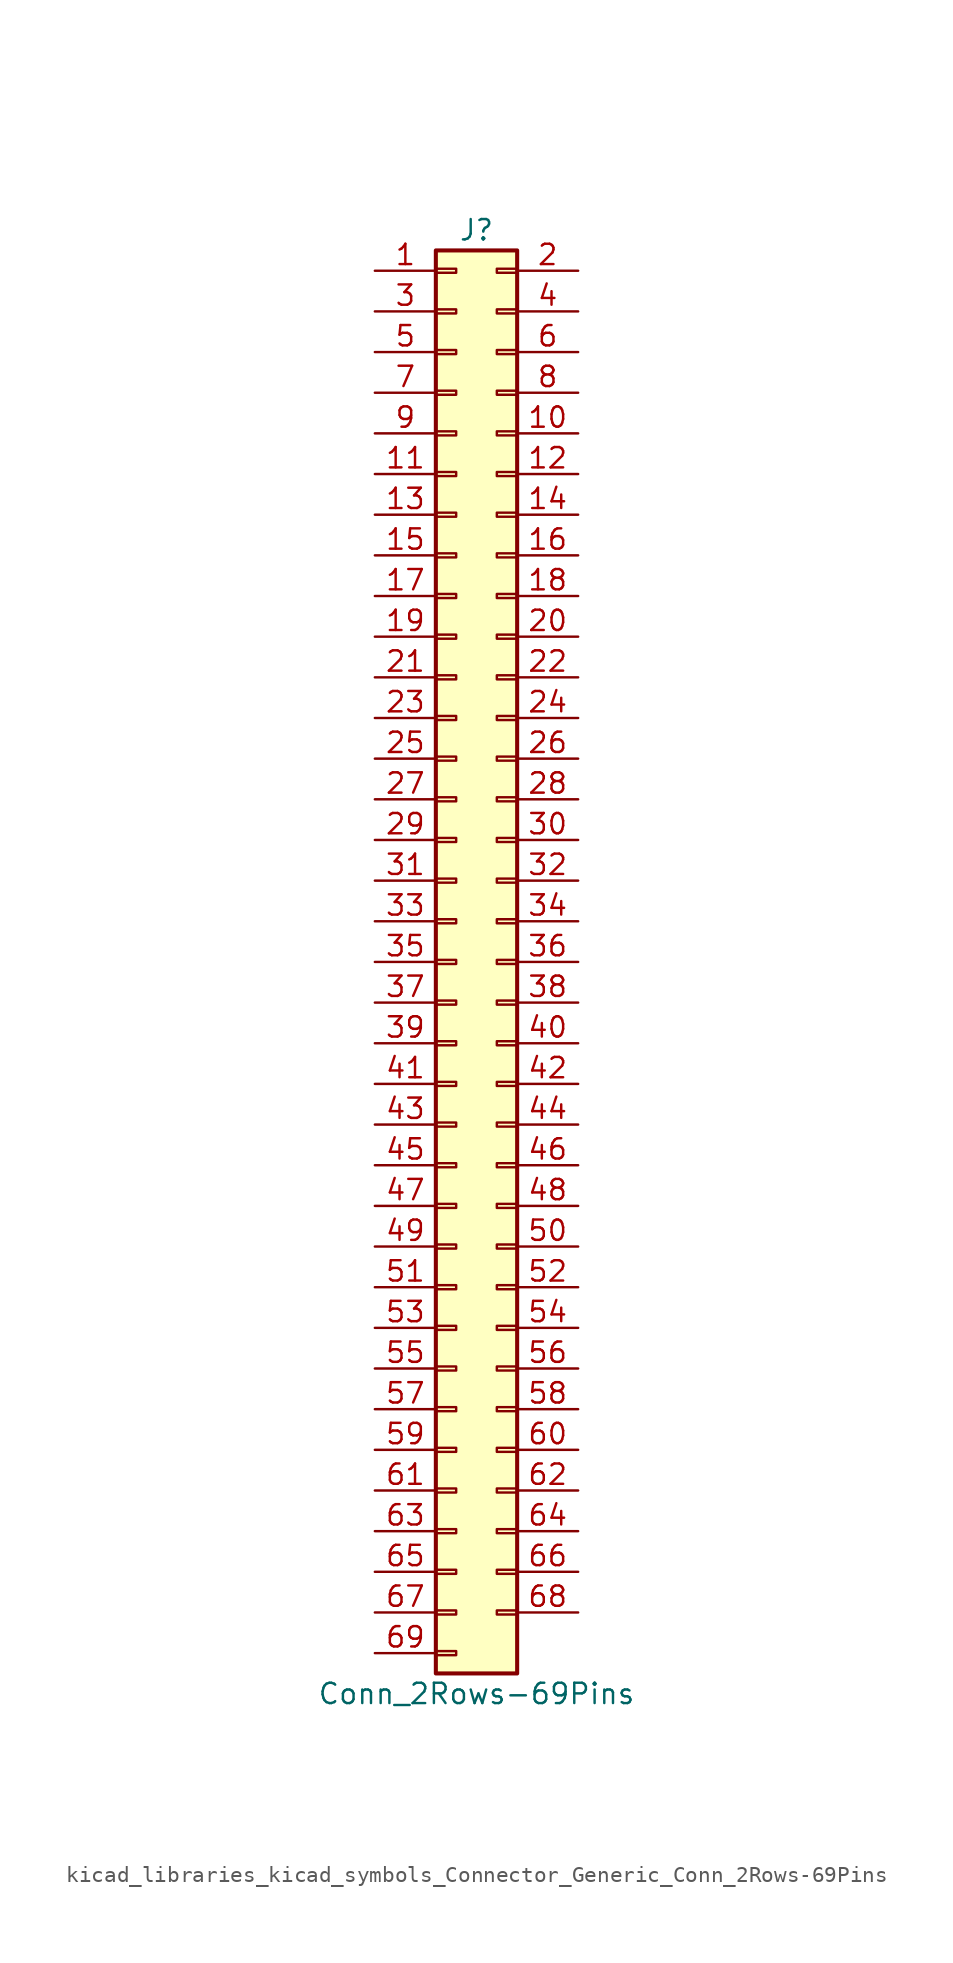
<source format=kicad_sym>
(kicad_symbol_lib
  (version 20220914)
  (generator kicad_symbol_editor)
  (symbol "kicad_libraries_kicad_symbols_Connector_Generic_Conn_2Rows-69Pins"
    (pin_names
      (offset 1.016) hide)
    (property "Reference" "J"
      (at 1.27 45.72 0)
      (effects (font (size 1.27 1.27))))
    (property "Value" "Conn_2Rows-69Pins"
      (at 1.27 -45.72 0)
      (effects (font (size 1.27 1.27))))
    (symbol "kicad_libraries_kicad_symbols_Connector_Generic_Conn_2Rows-69Pins_1_1"
      (rectangle (start -1.27 -43.053) (end 0 -43.307) (stroke (width 0.152) (type default)) (fill (type none)))
      (rectangle (start -1.27 -40.513) (end 0 -40.767) (stroke (width 0.152) (type default)) (fill (type none)))
      (rectangle (start -1.27 -37.973) (end 0 -38.227) (stroke (width 0.152) (type default)) (fill (type none)))
      (rectangle (start -1.27 -35.433) (end 0 -35.687) (stroke (width 0.152) (type default)) (fill (type none)))
      (rectangle (start -1.27 -32.893) (end 0 -33.147) (stroke (width 0.152) (type default)) (fill (type none)))
      (rectangle (start -1.27 -30.353) (end 0 -30.607) (stroke (width 0.152) (type default)) (fill (type none)))
      (rectangle (start -1.27 -27.813) (end 0 -28.067) (stroke (width 0.152) (type default)) (fill (type none)))
      (rectangle (start -1.27 -25.273) (end 0 -25.527) (stroke (width 0.152) (type default)) (fill (type none)))
      (rectangle (start -1.27 -22.733) (end 0 -22.987) (stroke (width 0.152) (type default)) (fill (type none)))
      (rectangle (start -1.27 -20.193) (end 0 -20.447) (stroke (width 0.152) (type default)) (fill (type none)))
      (rectangle (start -1.27 -17.653) (end 0 -17.907) (stroke (width 0.152) (type default)) (fill (type none)))
      (rectangle (start -1.27 -15.113) (end 0 -15.367) (stroke (width 0.152) (type default)) (fill (type none)))
      (rectangle (start -1.27 -12.573) (end 0 -12.827) (stroke (width 0.152) (type default)) (fill (type none)))
      (rectangle (start -1.27 -10.033) (end 0 -10.287) (stroke (width 0.152) (type default)) (fill (type none)))
      (rectangle (start -1.27 -7.493) (end 0 -7.747) (stroke (width 0.152) (type default)) (fill (type none)))
      (rectangle (start -1.27 -4.953) (end 0 -5.207) (stroke (width 0.152) (type default)) (fill (type none)))
      (rectangle (start -1.27 -2.413) (end 0 -2.667) (stroke (width 0.152) (type default)) (fill (type none)))
      (rectangle (start -1.27 0.127) (end 0 -0.127) (stroke (width 0.152) (type default)) (fill (type none)))
      (rectangle (start -1.27 2.667) (end 0 2.413) (stroke (width 0.152) (type default)) (fill (type none)))
      (rectangle (start -1.27 5.207) (end 0 4.953) (stroke (width 0.152) (type default)) (fill (type none)))
      (rectangle (start -1.27 7.747) (end 0 7.493) (stroke (width 0.152) (type default)) (fill (type none)))
      (rectangle (start -1.27 10.287) (end 0 10.033) (stroke (width 0.152) (type default)) (fill (type none)))
      (rectangle (start -1.27 12.827) (end 0 12.573) (stroke (width 0.152) (type default)) (fill (type none)))
      (rectangle (start -1.27 15.367) (end 0 15.113) (stroke (width 0.152) (type default)) (fill (type none)))
      (rectangle (start -1.27 17.907) (end 0 17.653) (stroke (width 0.152) (type default)) (fill (type none)))
      (rectangle (start -1.27 20.447) (end 0 20.193) (stroke (width 0.152) (type default)) (fill (type none)))
      (rectangle (start -1.27 22.987) (end 0 22.733) (stroke (width 0.152) (type default)) (fill (type none)))
      (rectangle (start -1.27 25.527) (end 0 25.273) (stroke (width 0.152) (type default)) (fill (type none)))
      (rectangle (start -1.27 28.067) (end 0 27.813) (stroke (width 0.152) (type default)) (fill (type none)))
      (rectangle (start -1.27 30.607) (end 0 30.353) (stroke (width 0.152) (type default)) (fill (type none)))
      (rectangle (start -1.27 33.147) (end 0 32.893) (stroke (width 0.152) (type default)) (fill (type none)))
      (rectangle (start -1.27 35.687) (end 0 35.433) (stroke (width 0.152) (type default)) (fill (type none)))
      (rectangle (start -1.27 38.227) (end 0 37.973) (stroke (width 0.152) (type default)) (fill (type none)))
      (rectangle (start -1.27 40.767) (end 0 40.513) (stroke (width 0.152) (type default)) (fill (type none)))
      (rectangle (start -1.27 43.307) (end 0 43.053) (stroke (width 0.152) (type default)) (fill (type none)))
      (rectangle (start -1.27 44.45) (end 3.81 -44.45) (stroke (width 0.254) (type default)) (fill (type background)))
      (rectangle (start 3.81 -40.513) (end 2.54 -40.767) (stroke (width 0.152) (type default)) (fill (type none)))
      (rectangle (start 3.81 -37.973) (end 2.54 -38.227) (stroke (width 0.152) (type default)) (fill (type none)))
      (rectangle (start 3.81 -35.433) (end 2.54 -35.687) (stroke (width 0.152) (type default)) (fill (type none)))
      (rectangle (start 3.81 -32.893) (end 2.54 -33.147) (stroke (width 0.152) (type default)) (fill (type none)))
      (rectangle (start 3.81 -30.353) (end 2.54 -30.607) (stroke (width 0.152) (type default)) (fill (type none)))
      (rectangle (start 3.81 -27.813) (end 2.54 -28.067) (stroke (width 0.152) (type default)) (fill (type none)))
      (rectangle (start 3.81 -25.273) (end 2.54 -25.527) (stroke (width 0.152) (type default)) (fill (type none)))
      (rectangle (start 3.81 -22.733) (end 2.54 -22.987) (stroke (width 0.152) (type default)) (fill (type none)))
      (rectangle (start 3.81 -20.193) (end 2.54 -20.447) (stroke (width 0.152) (type default)) (fill (type none)))
      (rectangle (start 3.81 -17.653) (end 2.54 -17.907) (stroke (width 0.152) (type default)) (fill (type none)))
      (rectangle (start 3.81 -15.113) (end 2.54 -15.367) (stroke (width 0.152) (type default)) (fill (type none)))
      (rectangle (start 3.81 -12.573) (end 2.54 -12.827) (stroke (width 0.152) (type default)) (fill (type none)))
      (rectangle (start 3.81 -10.033) (end 2.54 -10.287) (stroke (width 0.152) (type default)) (fill (type none)))
      (rectangle (start 3.81 -7.493) (end 2.54 -7.747) (stroke (width 0.152) (type default)) (fill (type none)))
      (rectangle (start 3.81 -4.953) (end 2.54 -5.207) (stroke (width 0.152) (type default)) (fill (type none)))
      (rectangle (start 3.81 -2.413) (end 2.54 -2.667) (stroke (width 0.152) (type default)) (fill (type none)))
      (rectangle (start 3.81 0.127) (end 2.54 -0.127) (stroke (width 0.152) (type default)) (fill (type none)))
      (rectangle (start 3.81 2.667) (end 2.54 2.413) (stroke (width 0.152) (type default)) (fill (type none)))
      (rectangle (start 3.81 5.207) (end 2.54 4.953) (stroke (width 0.152) (type default)) (fill (type none)))
      (rectangle (start 3.81 7.747) (end 2.54 7.493) (stroke (width 0.152) (type default)) (fill (type none)))
      (rectangle (start 3.81 10.287) (end 2.54 10.033) (stroke (width 0.152) (type default)) (fill (type none)))
      (rectangle (start 3.81 12.827) (end 2.54 12.573) (stroke (width 0.152) (type default)) (fill (type none)))
      (rectangle (start 3.81 15.367) (end 2.54 15.113) (stroke (width 0.152) (type default)) (fill (type none)))
      (rectangle (start 3.81 17.907) (end 2.54 17.653) (stroke (width 0.152) (type default)) (fill (type none)))
      (rectangle (start 3.81 20.447) (end 2.54 20.193) (stroke (width 0.152) (type default)) (fill (type none)))
      (rectangle (start 3.81 22.987) (end 2.54 22.733) (stroke (width 0.152) (type default)) (fill (type none)))
      (rectangle (start 3.81 25.527) (end 2.54 25.273) (stroke (width 0.152) (type default)) (fill (type none)))
      (rectangle (start 3.81 28.067) (end 2.54 27.813) (stroke (width 0.152) (type default)) (fill (type none)))
      (rectangle (start 3.81 30.607) (end 2.54 30.353) (stroke (width 0.152) (type default)) (fill (type none)))
      (rectangle (start 3.81 33.147) (end 2.54 32.893) (stroke (width 0.152) (type default)) (fill (type none)))
      (rectangle (start 3.81 35.687) (end 2.54 35.433) (stroke (width 0.152) (type default)) (fill (type none)))
      (rectangle (start 3.81 38.227) (end 2.54 37.973) (stroke (width 0.152) (type default)) (fill (type none)))
      (rectangle (start 3.81 40.767) (end 2.54 40.513) (stroke (width 0.152) (type default)) (fill (type none)))
      (rectangle (start 3.81 43.307) (end 2.54 43.053) (stroke (width 0.152) (type default)) (fill (type none)))
      (pin passive line (at -5.08 43.18 0) (length 3.81) (name "Pin_1" (effects (font (size 1.27 1.27)))) (number "1" (effects (font (size 1.27 1.27)))))
      (pin passive line (at 7.62 33.02 180) (length 3.81) (name "Pin_10" (effects (font (size 1.27 1.27)))) (number "10" (effects (font (size 1.27 1.27)))))
      (pin passive line (at -5.08 30.48 0) (length 3.81) (name "Pin_11" (effects (font (size 1.27 1.27)))) (number "11" (effects (font (size 1.27 1.27)))))
      (pin passive line (at 7.62 30.48 180) (length 3.81) (name "Pin_12" (effects (font (size 1.27 1.27)))) (number "12" (effects (font (size 1.27 1.27)))))
      (pin passive line (at -5.08 27.94 0) (length 3.81) (name "Pin_13" (effects (font (size 1.27 1.27)))) (number "13" (effects (font (size 1.27 1.27)))))
      (pin passive line (at 7.62 27.94 180) (length 3.81) (name "Pin_14" (effects (font (size 1.27 1.27)))) (number "14" (effects (font (size 1.27 1.27)))))
      (pin passive line (at -5.08 25.4 0) (length 3.81) (name "Pin_15" (effects (font (size 1.27 1.27)))) (number "15" (effects (font (size 1.27 1.27)))))
      (pin passive line (at 7.62 25.4 180) (length 3.81) (name "Pin_16" (effects (font (size 1.27 1.27)))) (number "16" (effects (font (size 1.27 1.27)))))
      (pin passive line (at -5.08 22.86 0) (length 3.81) (name "Pin_17" (effects (font (size 1.27 1.27)))) (number "17" (effects (font (size 1.27 1.27)))))
      (pin passive line (at 7.62 22.86 180) (length 3.81) (name "Pin_18" (effects (font (size 1.27 1.27)))) (number "18" (effects (font (size 1.27 1.27)))))
      (pin passive line (at -5.08 20.32 0) (length 3.81) (name "Pin_19" (effects (font (size 1.27 1.27)))) (number "19" (effects (font (size 1.27 1.27)))))
      (pin passive line (at 7.62 43.18 180) (length 3.81) (name "Pin_2" (effects (font (size 1.27 1.27)))) (number "2" (effects (font (size 1.27 1.27)))))
      (pin passive line (at 7.62 20.32 180) (length 3.81) (name "Pin_20" (effects (font (size 1.27 1.27)))) (number "20" (effects (font (size 1.27 1.27)))))
      (pin passive line (at -5.08 17.78 0) (length 3.81) (name "Pin_21" (effects (font (size 1.27 1.27)))) (number "21" (effects (font (size 1.27 1.27)))))
      (pin passive line (at 7.62 17.78 180) (length 3.81) (name "Pin_22" (effects (font (size 1.27 1.27)))) (number "22" (effects (font (size 1.27 1.27)))))
      (pin passive line (at -5.08 15.24 0) (length 3.81) (name "Pin_23" (effects (font (size 1.27 1.27)))) (number "23" (effects (font (size 1.27 1.27)))))
      (pin passive line (at 7.62 15.24 180) (length 3.81) (name "Pin_24" (effects (font (size 1.27 1.27)))) (number "24" (effects (font (size 1.27 1.27)))))
      (pin passive line (at -5.08 12.7 0) (length 3.81) (name "Pin_25" (effects (font (size 1.27 1.27)))) (number "25" (effects (font (size 1.27 1.27)))))
      (pin passive line (at 7.62 12.7 180) (length 3.81) (name "Pin_26" (effects (font (size 1.27 1.27)))) (number "26" (effects (font (size 1.27 1.27)))))
      (pin passive line (at -5.08 10.16 0) (length 3.81) (name "Pin_27" (effects (font (size 1.27 1.27)))) (number "27" (effects (font (size 1.27 1.27)))))
      (pin passive line (at 7.62 10.16 180) (length 3.81) (name "Pin_28" (effects (font (size 1.27 1.27)))) (number "28" (effects (font (size 1.27 1.27)))))
      (pin passive line (at -5.08 7.62 0) (length 3.81) (name "Pin_29" (effects (font (size 1.27 1.27)))) (number "29" (effects (font (size 1.27 1.27)))))
      (pin passive line (at -5.08 40.64 0) (length 3.81) (name "Pin_3" (effects (font (size 1.27 1.27)))) (number "3" (effects (font (size 1.27 1.27)))))
      (pin passive line (at 7.62 7.62 180) (length 3.81) (name "Pin_30" (effects (font (size 1.27 1.27)))) (number "30" (effects (font (size 1.27 1.27)))))
      (pin passive line (at -5.08 5.08 0) (length 3.81) (name "Pin_31" (effects (font (size 1.27 1.27)))) (number "31" (effects (font (size 1.27 1.27)))))
      (pin passive line (at 7.62 5.08 180) (length 3.81) (name "Pin_32" (effects (font (size 1.27 1.27)))) (number "32" (effects (font (size 1.27 1.27)))))
      (pin passive line (at -5.08 2.54 0) (length 3.81) (name "Pin_33" (effects (font (size 1.27 1.27)))) (number "33" (effects (font (size 1.27 1.27)))))
      (pin passive line (at 7.62 2.54 180) (length 3.81) (name "Pin_34" (effects (font (size 1.27 1.27)))) (number "34" (effects (font (size 1.27 1.27)))))
      (pin passive line (at -5.08 0 0) (length 3.81) (name "Pin_35" (effects (font (size 1.27 1.27)))) (number "35" (effects (font (size 1.27 1.27)))))
      (pin passive line (at 7.62 0 180) (length 3.81) (name "Pin_36" (effects (font (size 1.27 1.27)))) (number "36" (effects (font (size 1.27 1.27)))))
      (pin passive line (at -5.08 -2.54 0) (length 3.81) (name "Pin_37" (effects (font (size 1.27 1.27)))) (number "37" (effects (font (size 1.27 1.27)))))
      (pin passive line (at 7.62 -2.54 180) (length 3.81) (name "Pin_38" (effects (font (size 1.27 1.27)))) (number "38" (effects (font (size 1.27 1.27)))))
      (pin passive line (at -5.08 -5.08 0) (length 3.81) (name "Pin_39" (effects (font (size 1.27 1.27)))) (number "39" (effects (font (size 1.27 1.27)))))
      (pin passive line (at 7.62 40.64 180) (length 3.81) (name "Pin_4" (effects (font (size 1.27 1.27)))) (number "4" (effects (font (size 1.27 1.27)))))
      (pin passive line (at 7.62 -5.08 180) (length 3.81) (name "Pin_40" (effects (font (size 1.27 1.27)))) (number "40" (effects (font (size 1.27 1.27)))))
      (pin passive line (at -5.08 -7.62 0) (length 3.81) (name "Pin_41" (effects (font (size 1.27 1.27)))) (number "41" (effects (font (size 1.27 1.27)))))
      (pin passive line (at 7.62 -7.62 180) (length 3.81) (name "Pin_42" (effects (font (size 1.27 1.27)))) (number "42" (effects (font (size 1.27 1.27)))))
      (pin passive line (at -5.08 -10.16 0) (length 3.81) (name "Pin_43" (effects (font (size 1.27 1.27)))) (number "43" (effects (font (size 1.27 1.27)))))
      (pin passive line (at 7.62 -10.16 180) (length 3.81) (name "Pin_44" (effects (font (size 1.27 1.27)))) (number "44" (effects (font (size 1.27 1.27)))))
      (pin passive line (at -5.08 -12.7 0) (length 3.81) (name "Pin_45" (effects (font (size 1.27 1.27)))) (number "45" (effects (font (size 1.27 1.27)))))
      (pin passive line (at 7.62 -12.7 180) (length 3.81) (name "Pin_46" (effects (font (size 1.27 1.27)))) (number "46" (effects (font (size 1.27 1.27)))))
      (pin passive line (at -5.08 -15.24 0) (length 3.81) (name "Pin_47" (effects (font (size 1.27 1.27)))) (number "47" (effects (font (size 1.27 1.27)))))
      (pin passive line (at 7.62 -15.24 180) (length 3.81) (name "Pin_48" (effects (font (size 1.27 1.27)))) (number "48" (effects (font (size 1.27 1.27)))))
      (pin passive line (at -5.08 -17.78 0) (length 3.81) (name "Pin_49" (effects (font (size 1.27 1.27)))) (number "49" (effects (font (size 1.27 1.27)))))
      (pin passive line (at -5.08 38.1 0) (length 3.81) (name "Pin_5" (effects (font (size 1.27 1.27)))) (number "5" (effects (font (size 1.27 1.27)))))
      (pin passive line (at 7.62 -17.78 180) (length 3.81) (name "Pin_50" (effects (font (size 1.27 1.27)))) (number "50" (effects (font (size 1.27 1.27)))))
      (pin passive line (at -5.08 -20.32 0) (length 3.81) (name "Pin_51" (effects (font (size 1.27 1.27)))) (number "51" (effects (font (size 1.27 1.27)))))
      (pin passive line (at 7.62 -20.32 180) (length 3.81) (name "Pin_52" (effects (font (size 1.27 1.27)))) (number "52" (effects (font (size 1.27 1.27)))))
      (pin passive line (at -5.08 -22.86 0) (length 3.81) (name "Pin_53" (effects (font (size 1.27 1.27)))) (number "53" (effects (font (size 1.27 1.27)))))
      (pin passive line (at 7.62 -22.86 180) (length 3.81) (name "Pin_54" (effects (font (size 1.27 1.27)))) (number "54" (effects (font (size 1.27 1.27)))))
      (pin passive line (at -5.08 -25.4 0) (length 3.81) (name "Pin_55" (effects (font (size 1.27 1.27)))) (number "55" (effects (font (size 1.27 1.27)))))
      (pin passive line (at 7.62 -25.4 180) (length 3.81) (name "Pin_56" (effects (font (size 1.27 1.27)))) (number "56" (effects (font (size 1.27 1.27)))))
      (pin passive line (at -5.08 -27.94 0) (length 3.81) (name "Pin_57" (effects (font (size 1.27 1.27)))) (number "57" (effects (font (size 1.27 1.27)))))
      (pin passive line (at 7.62 -27.94 180) (length 3.81) (name "Pin_58" (effects (font (size 1.27 1.27)))) (number "58" (effects (font (size 1.27 1.27)))))
      (pin passive line (at -5.08 -30.48 0) (length 3.81) (name "Pin_59" (effects (font (size 1.27 1.27)))) (number "59" (effects (font (size 1.27 1.27)))))
      (pin passive line (at 7.62 38.1 180) (length 3.81) (name "Pin_6" (effects (font (size 1.27 1.27)))) (number "6" (effects (font (size 1.27 1.27)))))
      (pin passive line (at 7.62 -30.48 180) (length 3.81) (name "Pin_60" (effects (font (size 1.27 1.27)))) (number "60" (effects (font (size 1.27 1.27)))))
      (pin passive line (at -5.08 -33.02 0) (length 3.81) (name "Pin_61" (effects (font (size 1.27 1.27)))) (number "61" (effects (font (size 1.27 1.27)))))
      (pin passive line (at 7.62 -33.02 180) (length 3.81) (name "Pin_62" (effects (font (size 1.27 1.27)))) (number "62" (effects (font (size 1.27 1.27)))))
      (pin passive line (at -5.08 -35.56 0) (length 3.81) (name "Pin_63" (effects (font (size 1.27 1.27)))) (number "63" (effects (font (size 1.27 1.27)))))
      (pin passive line (at 7.62 -35.56 180) (length 3.81) (name "Pin_64" (effects (font (size 1.27 1.27)))) (number "64" (effects (font (size 1.27 1.27)))))
      (pin passive line (at -5.08 -38.1 0) (length 3.81) (name "Pin_65" (effects (font (size 1.27 1.27)))) (number "65" (effects (font (size 1.27 1.27)))))
      (pin passive line (at 7.62 -38.1 180) (length 3.81) (name "Pin_66" (effects (font (size 1.27 1.27)))) (number "66" (effects (font (size 1.27 1.27)))))
      (pin passive line (at -5.08 -40.64 0) (length 3.81) (name "Pin_67" (effects (font (size 1.27 1.27)))) (number "67" (effects (font (size 1.27 1.27)))))
      (pin passive line (at 7.62 -40.64 180) (length 3.81) (name "Pin_68" (effects (font (size 1.27 1.27)))) (number "68" (effects (font (size 1.27 1.27)))))
      (pin passive line (at -5.08 -43.18 0) (length 3.81) (name "Pin_69" (effects (font (size 1.27 1.27)))) (number "69" (effects (font (size 1.27 1.27)))))
      (pin passive line (at -5.08 35.56 0) (length 3.81) (name "Pin_7" (effects (font (size 1.27 1.27)))) (number "7" (effects (font (size 1.27 1.27)))))
      (pin passive line (at 7.62 35.56 180) (length 3.81) (name "Pin_8" (effects (font (size 1.27 1.27)))) (number "8" (effects (font (size 1.27 1.27)))))
      (pin passive line (at -5.08 33.02 0) (length 3.81) (name "Pin_9" (effects (font (size 1.27 1.27)))) (number "9" (effects (font (size 1.27 1.27))))))))
</source>
